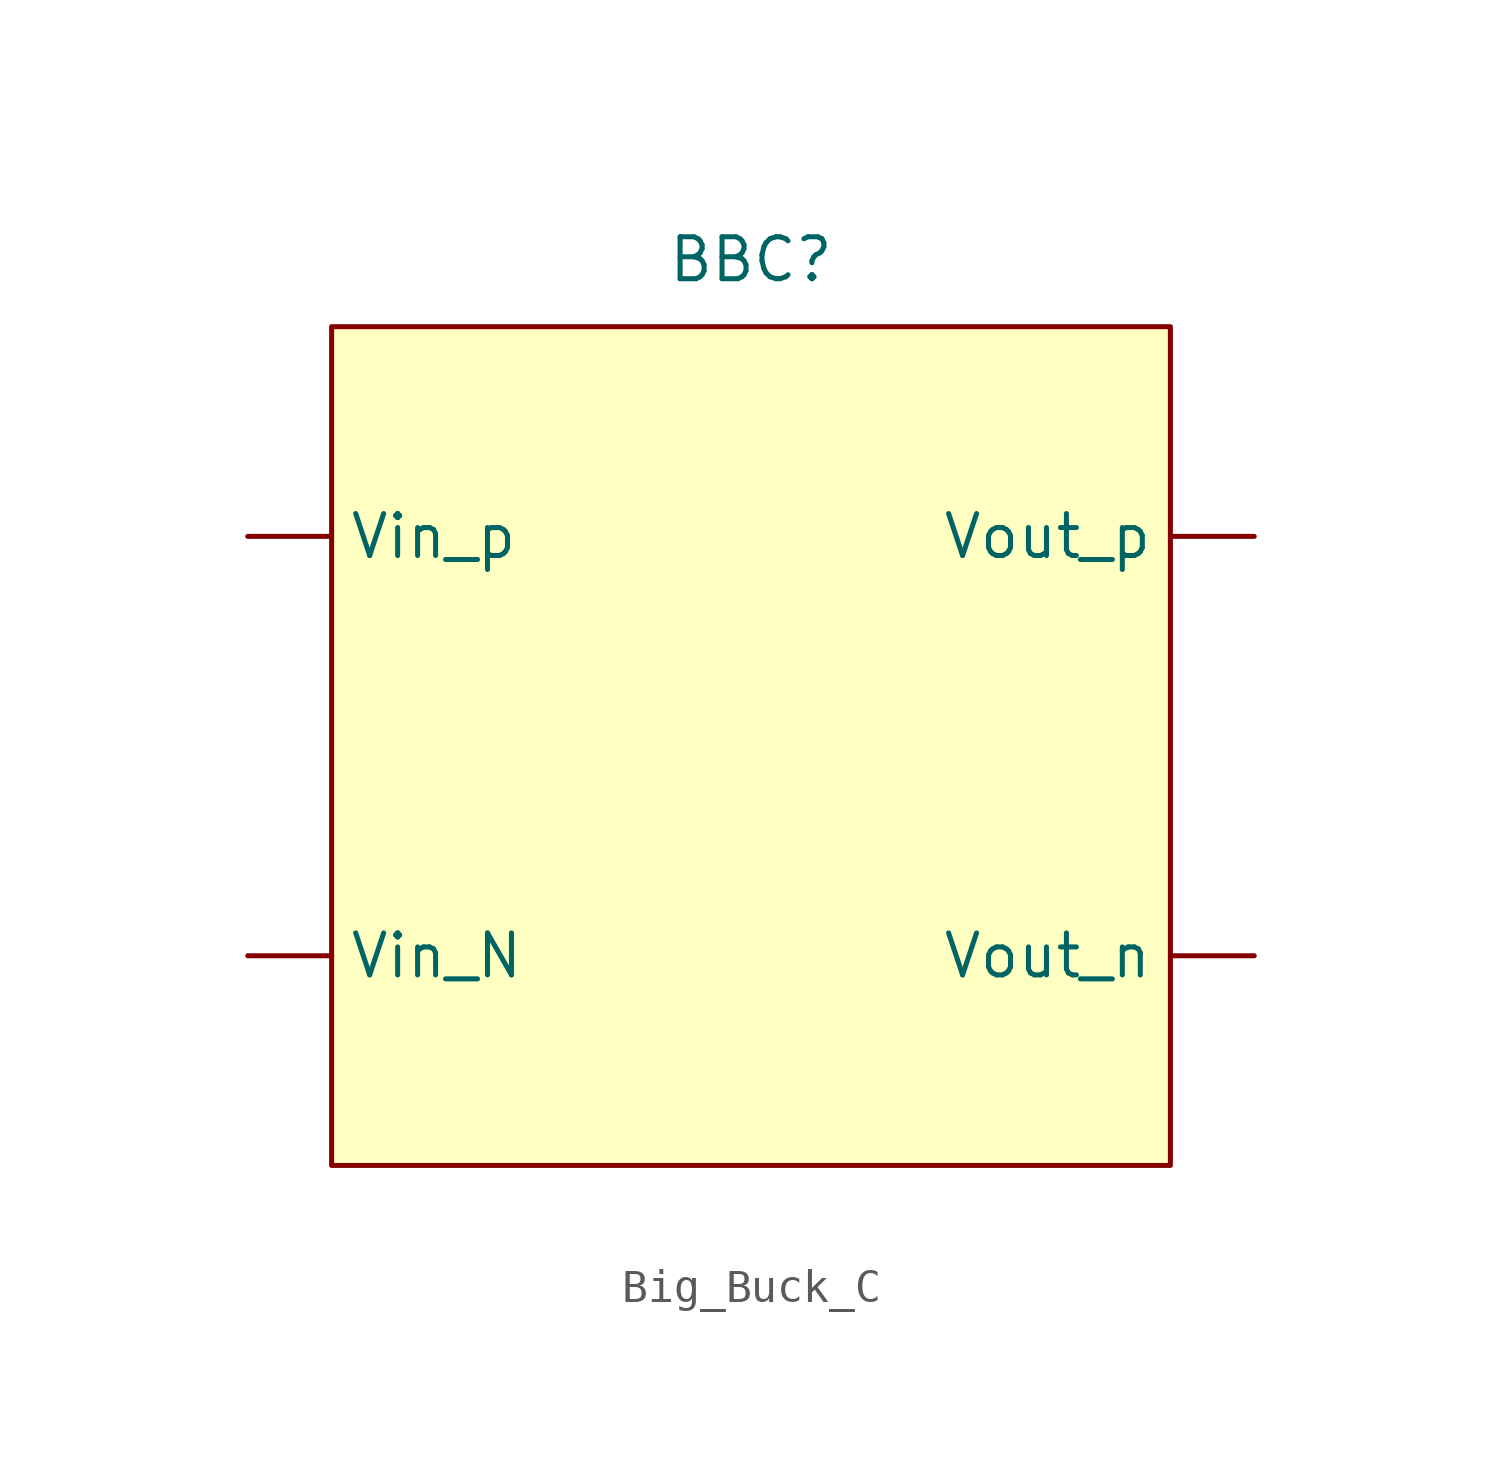
<source format=kicad_sym>
(kicad_symbol_lib
  (version 20241209)
  (generator "kicad_symbol_editor")
  (generator_version "9.0")
  (symbol "Big_Buck_C"
    (property "Reference" "BBC"
      (at 0 14.732 0)
      (effects (font (size 1.27 1.27))))
    (property "Value" ""
      (at 0 0 0)
      (effects (font (size 1.27 1.27))))
    (symbol "Big_Buck_C_1_1"
      (rectangle (start -12.7 12.7) (end 12.7 -12.7) (stroke (width 0) (type solid)) (fill (type background)))
      (pin power_in line (at -15.24 6.35 0) (length 2.54) (name "Vin_p" (effects (font (size 1.27 1.27)))) (number "" (effects (font (size 1.27 1.27)))))
      (pin power_in line (at -15.24 -6.35 0) (length 2.54) (name "Vin_N" (effects (font (size 1.27 1.27)))) (number "" (effects (font (size 1.27 1.27)))))
      (pin power_out line (at 15.24 6.35 180) (length 2.54) (name "Vout_p" (effects (font (size 1.27 1.27)))) (number "" (effects (font (size 1.27 1.27)))))
      (pin power_out line (at 15.24 -6.35 180) (length 2.54) (name "Vout_n" (effects (font (size 1.27 1.27)))) (number "" (effects (font (size 1.27 1.27))))))))
</source>
